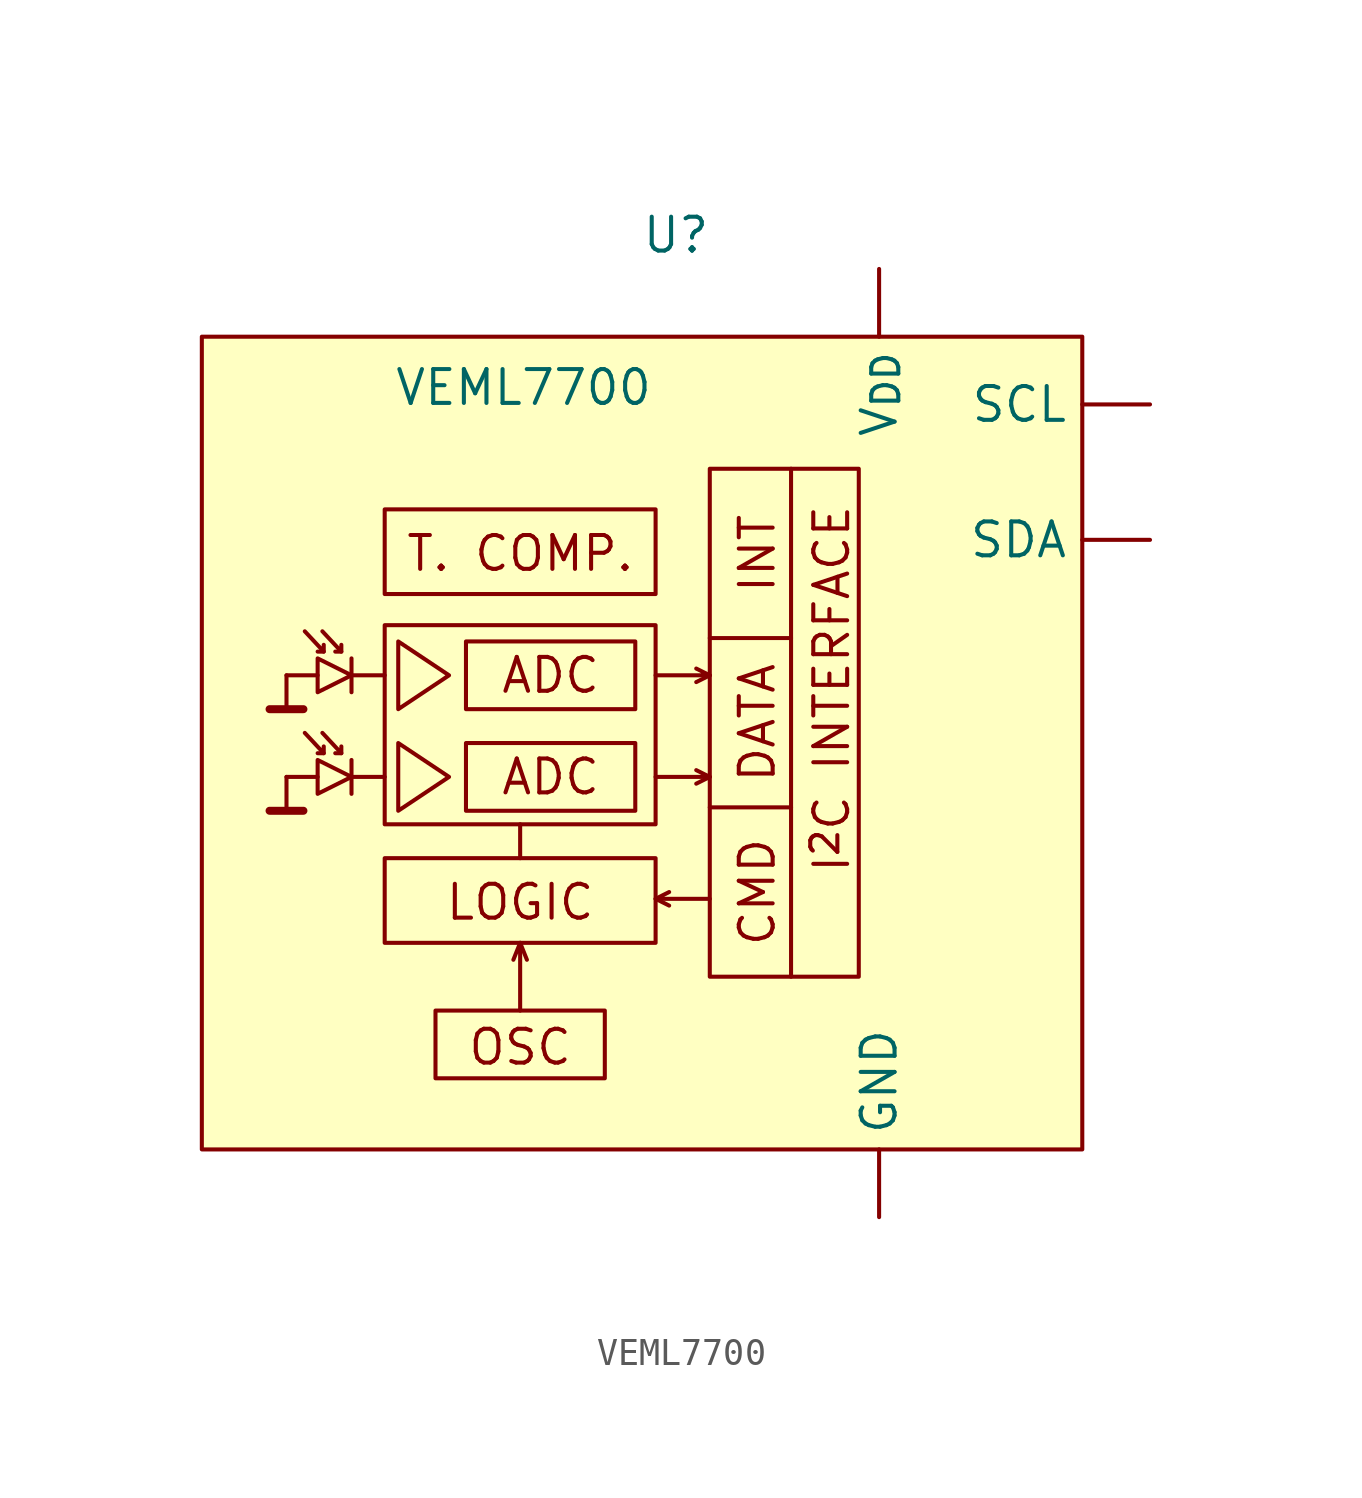
<source format=kicad_sym>
(kicad_symbol_lib
  (version 20231120)
  (generator "kicad_symbol_editor")
  (generator_version "8.0")
  (symbol "VEML7700"
    (property "Reference" "U"
      (at -7.62 8.89 0)
      (effects (font (size 1.27 1.27))))
    (property "Value" "VEML7700"
      (at -13.335 3.175 0)
      (effects (font (size 1.27 1.27))))
    (symbol "VEML7700_0_1"
      (rectangle (start -25.4 5.08) (end 7.62 -25.4) (stroke (width 0) (type default)) (fill (type background)))
      (rectangle (start -18.542 -14.478) (end -8.382 -17.653) (stroke (width 0) (type default)) (fill (type none)))
      (rectangle (start -18.542 -5.74) (end -8.382 -13.208) (stroke (width 0) (type default)) (fill (type none)))
      (rectangle (start -18.542 -1.397) (end -8.382 -4.572) (stroke (width 0) (type default)) (fill (type none)))
      (rectangle (start -16.637 -20.193) (end -10.287 -22.733) (stroke (width 0) (type default)) (fill (type none)))
      (rectangle (start -15.494 -10.16) (end -9.144 -12.7) (stroke (width 0) (type default)) (fill (type none)))
      (rectangle (start -15.494 -6.35) (end -9.144 -8.89) (stroke (width 0) (type default)) (fill (type none)))
      (rectangle (start -6.35 0.127) (end -0.762 -18.923) (stroke (width 0) (type default)) (fill (type none)))
      (polyline (pts (xy -22.86 -12.7) (xy -21.59 -12.7)) (stroke (width 0.3) (type default)) (fill (type none)))
      (polyline (pts (xy -22.86 -8.89) (xy -21.59 -8.89)) (stroke (width 0.3) (type default)) (fill (type none)))
      (polyline (pts (xy -22.225 -11.43) (xy -22.225 -12.7)) (stroke (width 0) (type default)) (fill (type none)))
      (polyline (pts (xy -22.225 -7.62) (xy -22.225 -8.89)) (stroke (width 0) (type default)) (fill (type none)))
      (polyline (pts (xy -21.057 -11.43) (xy -22.225 -11.43)) (stroke (width 0) (type default)) (fill (type none)))
      (polyline (pts (xy -21.057 -7.62) (xy -22.225 -7.62)) (stroke (width 0) (type default)) (fill (type none)))
      (polyline (pts (xy -20.828 -10.541) (xy -21.057 -10.541)) (stroke (width 0) (type default)) (fill (type none)))
      (polyline (pts (xy -20.828 -6.731) (xy -21.057 -6.731)) (stroke (width 0) (type default)) (fill (type none)))
      (polyline (pts (xy -20.168 -10.541) (xy -20.396 -10.541)) (stroke (width 0) (type default)) (fill (type none)))
      (polyline (pts (xy -20.168 -6.731) (xy -20.396 -6.731)) (stroke (width 0) (type default)) (fill (type none)))
      (polyline (pts (xy -19.787 -11.43) (xy -18.542 -11.43)) (stroke (width 0) (type default)) (fill (type none)))
      (polyline (pts (xy -19.787 -10.795) (xy -19.787 -12.065)) (stroke (width 0) (type default)) (fill (type none)))
      (polyline (pts (xy -19.787 -7.62) (xy -18.542 -7.62)) (stroke (width 0) (type default)) (fill (type none)))
      (polyline (pts (xy -19.787 -6.985) (xy -19.787 -8.255)) (stroke (width 0) (type default)) (fill (type none)))
      (polyline (pts (xy -13.462 -17.653) (xy -13.208 -18.288)) (stroke (width 0) (type default)) (fill (type none)))
      (polyline (pts (xy -13.462 -14.478) (xy -13.462 -13.208)) (stroke (width 0) (type default)) (fill (type none)))
      (polyline (pts (xy -8.382 -16.002) (xy -7.874 -16.256)) (stroke (width 0) (type default)) (fill (type none)))
      (polyline (pts (xy -6.35 -12.573) (xy -3.302 -12.573)) (stroke (width 0) (type default)) (fill (type none)))
      (polyline (pts (xy -6.35 -11.43) (xy -6.858 -11.684)) (stroke (width 0) (type default)) (fill (type none)))
      (polyline (pts (xy -6.35 -7.62) (xy -6.858 -7.874)) (stroke (width 0) (type default)) (fill (type none)))
      (polyline (pts (xy -6.35 -6.223) (xy -3.302 -6.223)) (stroke (width 0) (type default)) (fill (type none)))
      (polyline (pts (xy -3.302 -18.923) (xy -3.302 0.127)) (stroke (width 0) (type default)) (fill (type none)))
      (polyline (pts (xy -21.539 -9.779) (xy -20.828 -10.541) (xy -20.828 -10.287)) (stroke (width 0) (type default)) (fill (type none)))
      (polyline (pts (xy -21.539 -5.969) (xy -20.828 -6.731) (xy -20.828 -6.477)) (stroke (width 0) (type default)) (fill (type none)))
      (polyline (pts (xy -20.879 -9.779) (xy -20.168 -10.541) (xy -20.168 -10.287)) (stroke (width 0) (type default)) (fill (type none)))
      (polyline (pts (xy -20.879 -5.969) (xy -20.168 -6.731) (xy -20.168 -6.477)) (stroke (width 0) (type default)) (fill (type none)))
      (polyline (pts (xy -13.462 -20.193) (xy -13.462 -17.653) (xy -13.716 -18.288)) (stroke (width 0) (type default)) (fill (type none)))
      (polyline (pts (xy -8.382 -11.43) (xy -6.35 -11.43) (xy -6.858 -11.176)) (stroke (width 0) (type default)) (fill (type none)))
      (polyline (pts (xy -8.382 -7.62) (xy -6.35 -7.62) (xy -6.858 -7.366)) (stroke (width 0) (type default)) (fill (type none)))
      (polyline (pts (xy -6.35 -16.002) (xy -8.382 -16.002) (xy -7.874 -15.748)) (stroke (width 0) (type default)) (fill (type none)))
      (polyline (pts (xy -21.057 -10.795) (xy -21.057 -12.065) (xy -19.787 -11.43) (xy -21.057 -10.795)) (stroke (width 0) (type default)) (fill (type none)))
      (polyline (pts (xy -21.057 -6.985) (xy -21.057 -8.255) (xy -19.787 -7.62) (xy -21.057 -6.985)) (stroke (width 0) (type default)) (fill (type none)))
      (polyline (pts (xy -18.034 -10.16) (xy -18.034 -12.7) (xy -16.129 -11.43) (xy -18.034 -10.16)) (stroke (width 0) (type default)) (fill (type none)))
      (polyline (pts (xy -18.034 -6.35) (xy -18.034 -8.89) (xy -16.129 -7.62) (xy -18.034 -6.35)) (stroke (width 0) (type default)) (fill (type none)))
      (text "ADC" (at -12.319 -11.43 0) (effects (font (size 1.27 1.27))))
      (text "ADC" (at -12.319 -7.62 0) (effects (font (size 1.27 1.27))))
      (text "CMD" (at -4.572 -15.748 900) (effects (font (size 1.27 1.27))))
      (text "DATA" (at -4.572 -9.398 900) (effects (font (size 1.27 1.27))))
      (text "I^{2}C INTERFACE" (at -1.778 -8.128 900) (effects (font (size 1.27 1.27))))
      (text "INT" (at -4.572 -3.048 900) (effects (font (size 1.27 1.27))))
      (text "LOGIC" (at -13.462 -16.129 0) (effects (font (size 1.27 1.27))))
      (text "OSC" (at -13.462 -21.565 0) (effects (font (size 1.27 1.27))))
      (text "T. COMP." (at -13.462 -3.048 0) (effects (font (size 1.27 1.27)))))
    (symbol "VEML7700_1_1"
      (pin power_in line (at 0 -27.94 90) (length 2.54) (name "GND" (effects (font (size 1.27 1.27)))) (number "" (effects (font (size 1.27 1.27)))))
      (pin input line (at 10.16 2.54 180) (length 2.54) (name "SCL" (effects (font (size 1.27 1.27)))) (number "" (effects (font (size 1.27 1.27)))))
      (pin input line (at 10.16 -2.54 180) (length 2.54) (name "SDA" (effects (font (size 1.27 1.27)))) (number "" (effects (font (size 1.27 1.27)))))
      (pin power_in line (at 0 7.62 270) (length 2.54) (name "V_{DD}" (effects (font (size 1.27 1.27)))) (number "" (effects (font (size 1.27 1.27))))))))
</source>
